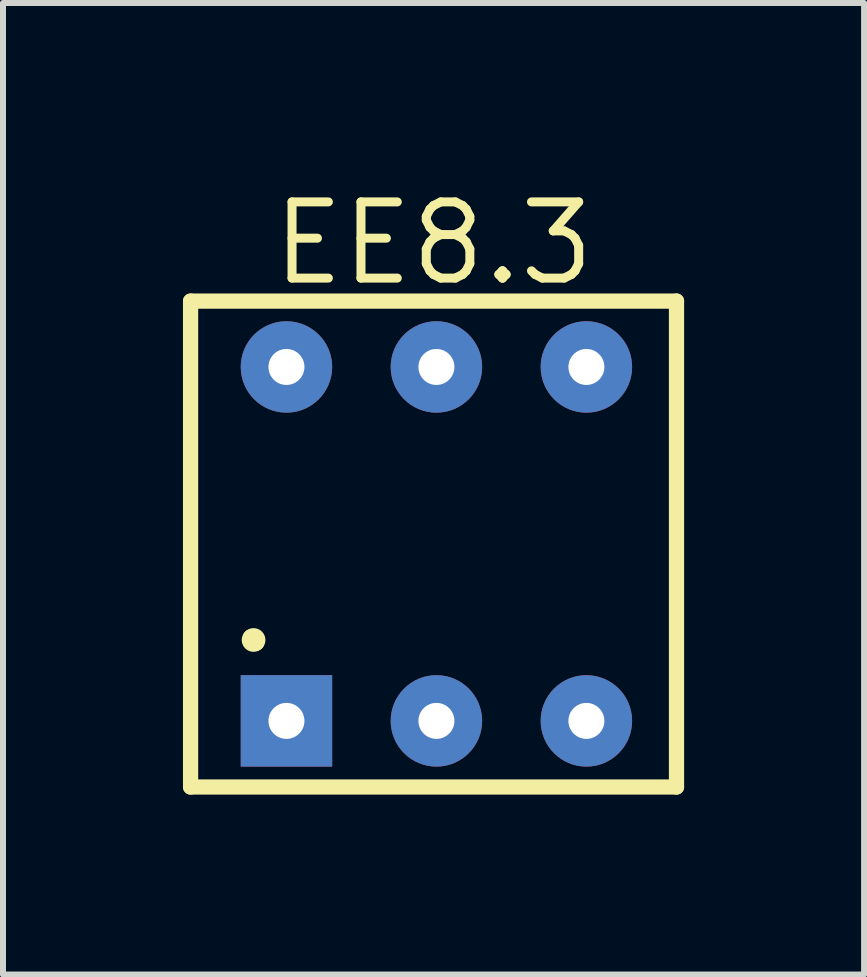
<source format=kicad_pcb>
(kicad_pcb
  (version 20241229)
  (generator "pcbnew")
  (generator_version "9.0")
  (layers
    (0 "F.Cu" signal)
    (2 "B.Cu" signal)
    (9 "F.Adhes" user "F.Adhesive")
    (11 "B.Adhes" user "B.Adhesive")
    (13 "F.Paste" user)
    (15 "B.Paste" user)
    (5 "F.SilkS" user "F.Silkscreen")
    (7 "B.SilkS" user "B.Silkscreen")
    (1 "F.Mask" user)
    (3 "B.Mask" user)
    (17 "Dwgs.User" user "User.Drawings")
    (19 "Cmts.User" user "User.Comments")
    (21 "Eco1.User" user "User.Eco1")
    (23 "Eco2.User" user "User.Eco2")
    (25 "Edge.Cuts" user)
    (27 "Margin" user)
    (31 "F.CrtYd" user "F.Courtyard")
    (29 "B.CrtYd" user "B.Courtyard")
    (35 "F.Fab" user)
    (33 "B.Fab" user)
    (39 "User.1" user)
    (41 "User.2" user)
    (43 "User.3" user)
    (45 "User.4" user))
  (footprint "EE8.3"
    (layer "F.Cu")
    (at 4.225 6.017)
    (property "Reference" "EE8.3" (at -0.048 -5.011 0) (layer "F.SilkS") (effects (font (size 1.27 1.27) (thickness 0.15))))
    (fp_line (start -4.098 -4.048) (end 4.002 -4.048) (stroke (width 0.254) (type default)) (layer "F.SilkS"))
    (fp_line (start -4.098 4.052) (end -4.098 -4.048) (stroke (width 0.254) (type default)) (layer "F.SilkS"))
    (fp_line (start 4.002 -4.048) (end 4.002 4.052) (stroke (width 0.254) (type default)) (layer "F.SilkS"))
    (fp_line (start 4.002 4.052) (end -4.098 4.052) (stroke (width 0.254) (type default)) (layer "F.SilkS"))
    (fp_arc (start -3.0981 1.5514) (mid -2.997548 1.550948) (end -2.9981 1.6514) (stroke (width 0.254) (type default)) (layer "F.SilkS"))
    (fp_arc (start -2.9981 1.6514) (mid -3.098602 1.651902) (end -3.0981 1.5514) (stroke (width 0.254) (type default)) (layer "F.SilkS"))
    (pad "1" thru_hole rect (at -2.5 2.95) (size 1.524 1.524) (drill 0.6) (layers "*.Cu" "*.Mask"))
    (pad "2" thru_hole oval (at -0.0001 2.95) (size 1.524 1.524) (drill 0.6) (layers "*.Cu" "*.Mask"))
    (pad "3" thru_hole oval (at 2.5 2.95) (size 1.524 1.524) (drill 0.6) (layers "*.Cu" "*.Mask"))
    (pad "4" thru_hole oval (at 2.5 -2.95) (size 1.524 1.524) (drill 0.6) (layers "*.Cu" "*.Mask"))
    (pad "5" thru_hole oval (at -0.0001 -2.95) (size 1.524 1.524) (drill 0.6) (layers "*.Cu" "*.Mask"))
    (pad "6" thru_hole oval (at -2.5 -2.95) (size 1.524 1.524) (drill 0.6) (layers "*.Cu" "*.Mask")))
  (gr_rect
    (start -3 -3)
    (end 11.354 13.195)
    (stroke (width 0.1) (type default))
    (fill no)
    (layer "Edge.Cuts")))
</source>
